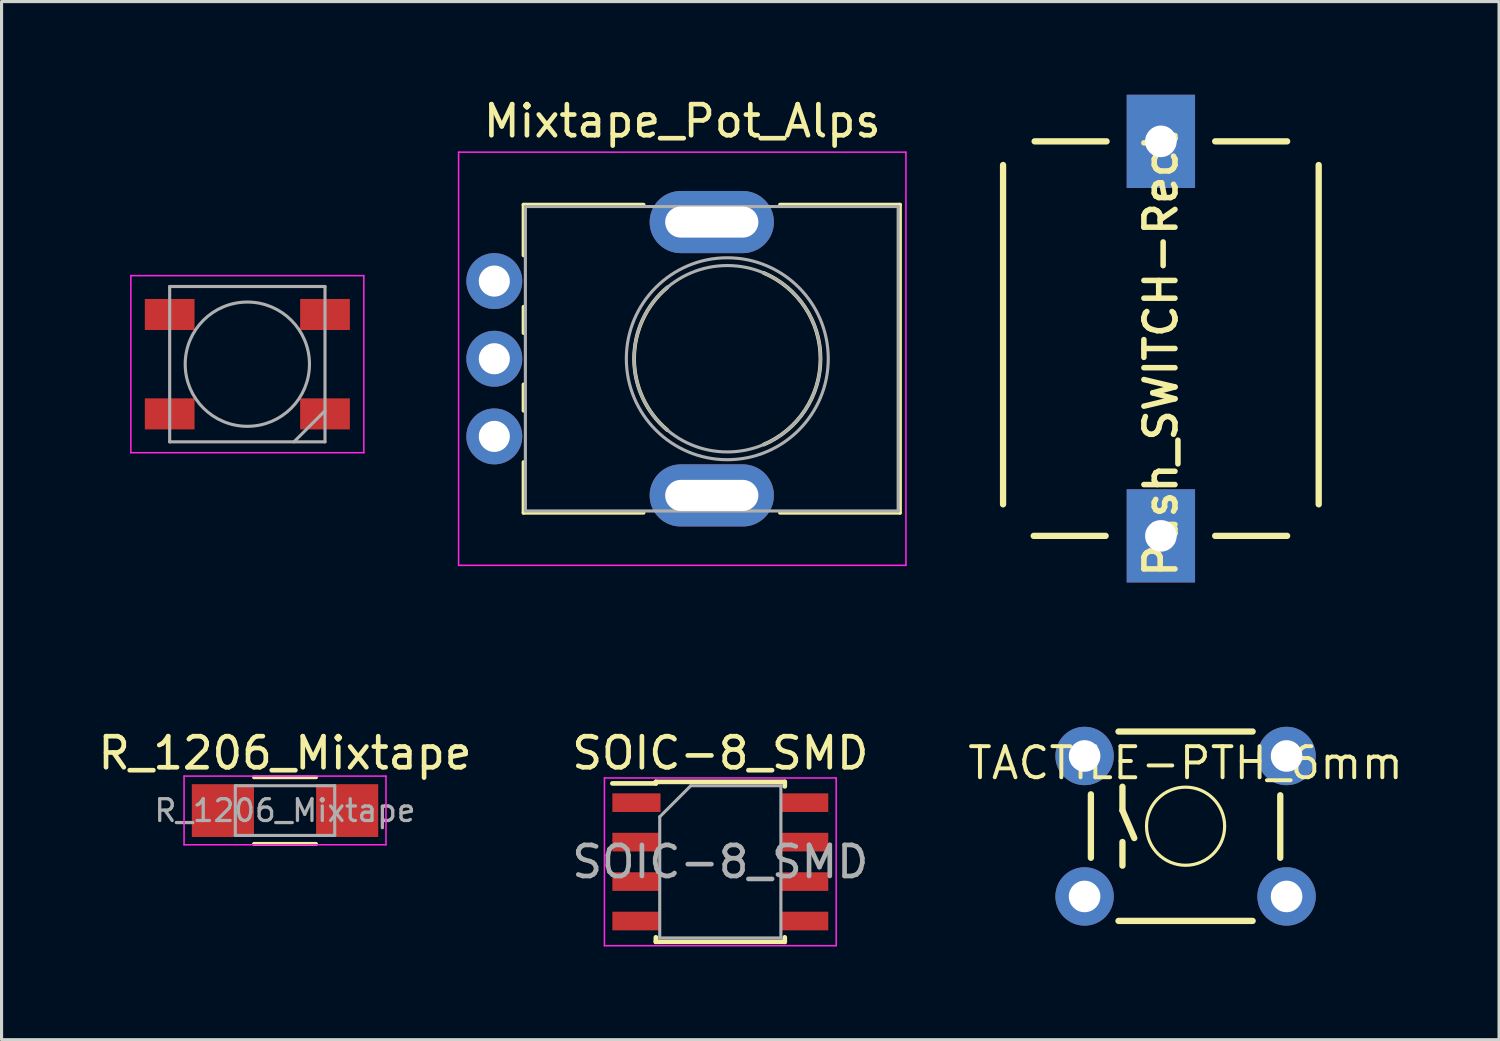
<source format=kicad_pcb>
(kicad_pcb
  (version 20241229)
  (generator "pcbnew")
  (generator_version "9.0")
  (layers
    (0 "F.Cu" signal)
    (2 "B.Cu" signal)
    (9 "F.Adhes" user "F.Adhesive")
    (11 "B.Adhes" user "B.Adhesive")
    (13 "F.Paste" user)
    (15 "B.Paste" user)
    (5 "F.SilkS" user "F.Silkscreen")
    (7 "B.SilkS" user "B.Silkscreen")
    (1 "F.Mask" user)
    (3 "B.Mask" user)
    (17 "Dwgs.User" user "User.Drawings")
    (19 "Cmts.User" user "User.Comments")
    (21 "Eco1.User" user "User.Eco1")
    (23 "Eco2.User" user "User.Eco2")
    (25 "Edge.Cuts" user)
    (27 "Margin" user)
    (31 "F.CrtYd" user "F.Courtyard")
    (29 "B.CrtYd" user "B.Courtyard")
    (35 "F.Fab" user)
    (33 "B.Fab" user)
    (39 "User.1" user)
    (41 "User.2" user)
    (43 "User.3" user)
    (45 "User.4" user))
  (footprint "Mixtape_Pot_Alps"
    (layer "F.Cu")
    (at 12.862 10.998)
    (property "Reference" "Mixtape_Pot_Alps" (at 6.05 -10.15 0) (layer "F.SilkS") (effects (font (size 1 1) (thickness 0.15))))
    (attr through_hole)
    (fp_line (start 0.94 -7.461) (end 0.94 -5.825) (stroke (width 0.12) (type solid)) (layer "F.SilkS"))
    (fp_line (start 0.94 -7.461) (end 4.806 -7.461) (stroke (width 0.12) (type solid)) (layer "F.SilkS"))
    (fp_line (start 0.94 -4.175) (end 0.94 -3.325) (stroke (width 0.12) (type solid)) (layer "F.SilkS"))
    (fp_line (start 0.94 -1.675) (end 0.94 -0.825) (stroke (width 0.12) (type solid)) (layer "F.SilkS"))
    (fp_line (start 0.94 0.825) (end 0.94 2.46) (stroke (width 0.12) (type solid)) (layer "F.SilkS"))
    (fp_line (start 0.94 2.46) (end 4.806 2.46) (stroke (width 0.12) (type solid)) (layer "F.SilkS"))
    (fp_line (start 9.195 -7.461) (end 13.06 -7.461) (stroke (width 0.12) (type solid)) (layer "F.SilkS"))
    (fp_line (start 9.195 2.46) (end 13.06 2.46) (stroke (width 0.12) (type solid)) (layer "F.SilkS"))
    (fp_line (start 13.06 -7.461) (end 13.06 2.46) (stroke (width 0.12) (type solid)) (layer "F.SilkS"))
    (fp_arc (start 5.571705 -0.202247) (mid 4.500335 -2.500192) (end 5.572 -4.798) (stroke (width 0.12) (type solid)) (layer "F.SilkS"))
    (fp_arc (start 8.671982 -5.262432) (mid 10.500762 -2.500553) (end 8.673 0.262) (stroke (width 0.12) (type solid)) (layer "F.SilkS"))
    (fp_line (start -1.15 -9.15) (end -1.15 4.15) (stroke (width 0.05) (type solid)) (layer "F.CrtYd"))
    (fp_line (start -1.15 4.15) (end 13.25 4.15) (stroke (width 0.05) (type solid)) (layer "F.CrtYd"))
    (fp_line (start 13.25 -9.15) (end -1.15 -9.15) (stroke (width 0.05) (type solid)) (layer "F.CrtYd"))
    (fp_line (start 13.25 4.15) (end 13.25 -9.15) (stroke (width 0.05) (type solid)) (layer "F.CrtYd"))
    (fp_line (start 1 -7.4) (end 1 2.4) (stroke (width 0.1) (type solid)) (layer "F.Fab"))
    (fp_line (start 1 2.4) (end 13 2.4) (stroke (width 0.1) (type solid)) (layer "F.Fab"))
    (fp_line (start 13 -7.4) (end 1 -7.4) (stroke (width 0.1) (type solid)) (layer "F.Fab"))
    (fp_line (start 13 2.4) (end 13 -7.4) (stroke (width 0.1) (type solid)) (layer "F.Fab"))
    (fp_circle (center 7.5 -2.5) (end 10.5 -2.5) (stroke (width 0.1) (type solid)) (fill no) (layer "F.Fab"))
    (fp_circle (center 7.5 -2.5) (end 10.75 -2.5) (stroke (width 0.1) (type solid)) (fill no) (layer "F.Fab"))
    (pad "" thru_hole oval (at 7 -6.9) (size 4 2) (drill oval 3 1) (layers "*.Cu" "*.Mask"))
    (pad "" thru_hole oval (at 7 1.9) (size 4 2) (drill oval 3 1) (layers "*.Cu" "*.Mask"))
    (pad "1" thru_hole circle (at 0 0) (size 1.8 1.8) (drill 1) (layers "*.Cu" "*.Mask"))
    (pad "2" thru_hole circle (at 0 -2.5) (size 1.8 1.8) (drill 1) (layers "*.Cu" "*.Mask"))
    (pad "3" thru_hole circle (at 0 -5) (size 1.8 1.8) (drill 1) (layers "*.Cu" "*.Mask")))
  (footprint "R_1206_Mixtape"
    (layer "F.Cu")
    (at 6.125 23.043)
    (property "Reference" "R_1206_Mixtape" (at 0 -1.85 0) (layer "F.SilkS") (effects (font (size 1 1) (thickness 0.15))))
    (attr smd)
    (fp_line (start -1 -1.07) (end 1 -1.07) (stroke (width 0.12) (type solid)) (layer "F.SilkS"))
    (fp_line (start 1 1.07) (end -1 1.07) (stroke (width 0.12) (type solid)) (layer "F.SilkS"))
    (fp_line (start -3.25 -1.11) (end -3.25 1.1) (stroke (width 0.05) (type solid)) (layer "F.CrtYd"))
    (fp_line (start -3.25 -1.11) (end 3.25 -1.11) (stroke (width 0.05) (type solid)) (layer "F.CrtYd"))
    (fp_line (start 3.25 1.1) (end -3.25 1.1) (stroke (width 0.05) (type solid)) (layer "F.CrtYd"))
    (fp_line (start 3.25 1.1) (end 3.25 -1.11) (stroke (width 0.05) (type solid)) (layer "F.CrtYd"))
    (fp_line (start -1.6 -0.8) (end 1.6 -0.8) (stroke (width 0.1) (type solid)) (layer "F.Fab"))
    (fp_line (start -1.6 0.8) (end -1.6 -0.8) (stroke (width 0.1) (type solid)) (layer "F.Fab"))
    (fp_line (start 1.6 -0.8) (end 1.6 0.8) (stroke (width 0.1) (type solid)) (layer "F.Fab"))
    (fp_line (start 1.6 0.8) (end -1.6 0.8) (stroke (width 0.1) (type solid)) (layer "F.Fab"))
    (fp_text user "${REFERENCE}" (at 0 0 0) (layer "F.Fab") (effects (font (size 0.7 0.7) (thickness 0.105))))
    (pad "1" smd rect (at -2 0) (size 2 1.7) (layers "F.Cu" "F.Mask" "F.Paste"))
    (pad "2" smd rect (at 2 0) (size 2 1.7) (layers "F.Cu" "F.Mask" "F.Paste")))
  (footprint "Push_SWITCH-Rect"
    (layer "F.Cu")
    (at 34.319 6.58)
    (property "Reference" "Push_SWITCH-Rect" (at 0 1.778 270) (layer "F.SilkS") (effects (font (size 1 1) (thickness 0.178))))
    (attr exclude_from_pos_files exclude_from_bom)
    (fp_line (start -5.08 -4.318) (end -5.08 6.604) (stroke (width 0.203) (type solid)) (layer "F.SilkS"))
    (fp_line (start -1.778 7.62) (end -4.094 7.62) (stroke (width 0.203) (type solid)) (layer "F.SilkS"))
    (fp_line (start -1.748 -5.08) (end -4.064 -5.08) (stroke (width 0.203) (type solid)) (layer "F.SilkS"))
    (fp_line (start 4.064 -5.08) (end 1.748 -5.08) (stroke (width 0.203) (type solid)) (layer "F.SilkS"))
    (fp_line (start 4.064 7.62) (end 1.748 7.62) (stroke (width 0.203) (type solid)) (layer "F.SilkS"))
    (fp_line (start 5.08 6.604) (end 5.08 -4.318) (stroke (width 0.203) (type solid)) (layer "F.SilkS"))
    (pad "1" thru_hole rect (at 0 -5.08) (size 2.2 3) (drill 1.016) (layers "*.Cu" "*.Mask"))
    (pad "2" thru_hole rect (at 0 7.62) (size 2.2 3) (drill 1.016) (layers "*.Cu" "*.Mask")))
  (footprint "SOIC-8_SMD"
    (layer "F.Cu")
    (at 20.137 24.693)
    (property "Reference" "SOIC-8_SMD" (at 0 -3.5 0) (layer "F.SilkS") (effects (font (size 1 1) (thickness 0.15))))
    (attr smd)
    (fp_line (start -2.075 -2.575) (end -2.075 -2.525) (stroke (width 0.15) (type solid)) (layer "F.SilkS"))
    (fp_line (start -2.075 -2.575) (end 2.075 -2.575) (stroke (width 0.15) (type solid)) (layer "F.SilkS"))
    (fp_line (start -2.075 -2.525) (end -3.475 -2.525) (stroke (width 0.15) (type solid)) (layer "F.SilkS"))
    (fp_line (start -2.075 2.575) (end -2.075 2.43) (stroke (width 0.15) (type solid)) (layer "F.SilkS"))
    (fp_line (start -2.075 2.575) (end 2.075 2.575) (stroke (width 0.15) (type solid)) (layer "F.SilkS"))
    (fp_line (start 2.075 -2.575) (end 2.075 -2.43) (stroke (width 0.15) (type solid)) (layer "F.SilkS"))
    (fp_line (start 2.075 2.575) (end 2.075 2.43) (stroke (width 0.15) (type solid)) (layer "F.SilkS"))
    (fp_line (start -3.73 -2.7) (end -3.73 2.7) (stroke (width 0.05) (type solid)) (layer "F.CrtYd"))
    (fp_line (start -3.73 -2.7) (end 3.73 -2.7) (stroke (width 0.05) (type solid)) (layer "F.CrtYd"))
    (fp_line (start -3.73 2.7) (end 3.73 2.7) (stroke (width 0.05) (type solid)) (layer "F.CrtYd"))
    (fp_line (start 3.73 -2.7) (end 3.73 2.7) (stroke (width 0.05) (type solid)) (layer "F.CrtYd"))
    (fp_line (start -1.95 -1.45) (end -0.95 -2.45) (stroke (width 0.1) (type solid)) (layer "F.Fab"))
    (fp_line (start -1.95 2.45) (end -1.95 -1.45) (stroke (width 0.1) (type solid)) (layer "F.Fab"))
    (fp_line (start -0.95 -2.45) (end 1.95 -2.45) (stroke (width 0.1) (type solid)) (layer "F.Fab"))
    (fp_line (start 1.95 -2.45) (end 1.95 2.45) (stroke (width 0.1) (type solid)) (layer "F.Fab"))
    (fp_line (start 1.95 2.45) (end -1.95 2.45) (stroke (width 0.1) (type solid)) (layer "F.Fab"))
    (fp_text user "${REFERENCE}" (at 0 0 0) (layer "F.Fab") (effects (font (size 1 1) (thickness 0.15))))
    (pad "1" smd rect (at -2.7 -1.905) (size 1.55 0.6) (layers "F.Cu" "F.Mask" "F.Paste"))
    (pad "2" smd rect (at -2.7 -0.635) (size 1.55 0.6) (layers "F.Cu" "F.Mask" "F.Paste"))
    (pad "3" smd rect (at -2.7 0.635) (size 1.55 0.6) (layers "F.Cu" "F.Mask" "F.Paste"))
    (pad "4" smd rect (at -2.7 1.905) (size 1.55 0.6) (layers "F.Cu" "F.Mask" "F.Paste"))
    (pad "5" smd rect (at 2.7 1.905) (size 1.55 0.6) (layers "F.Cu" "F.Mask" "F.Paste"))
    (pad "6" smd rect (at 2.7 0.635) (size 1.55 0.6) (layers "F.Cu" "F.Mask" "F.Paste"))
    (pad "7" smd rect (at 2.7 -0.635) (size 1.55 0.6) (layers "F.Cu" "F.Mask" "F.Paste"))
    (pad "8" smd rect (at 2.7 -1.905) (size 1.55 0.6) (layers "F.Cu" "F.Mask" "F.Paste")))
  (footprint "TACTILE-PTH_6mm"
    (layer "F.Cu")
    (at 35.114 23.546)
    (property "Reference" "TACTILE-PTH_6mm" (at 0 -2.032 0) (layer "F.SilkS") (effects (font (size 1 1) (thickness 0.127))))
    (attr exclude_from_pos_files exclude_from_bom)
    (fp_line (start -3.048 -1.026) (end -3.048 1.016) (stroke (width 0.203) (type solid)) (layer "F.SilkS"))
    (fp_line (start -2.159 3.048) (end 2.159 3.048) (stroke (width 0.203) (type solid)) (layer "F.SilkS"))
    (fp_line (start -2.032 -1.27) (end -2.032 -0.508) (stroke (width 0.203) (type solid)) (layer "F.SilkS"))
    (fp_line (start -2.032 -0.508) (end -1.651 0.381) (stroke (width 0.203) (type solid)) (layer "F.SilkS"))
    (fp_line (start -2.032 0.508) (end -2.032 1.27) (stroke (width 0.203) (type solid)) (layer "F.SilkS"))
    (fp_line (start 2.159 -3.048) (end -2.159 -3.048) (stroke (width 0.203) (type solid)) (layer "F.SilkS"))
    (fp_line (start 3.048 -0.996) (end 3.048 1.016) (stroke (width 0.203) (type solid)) (layer "F.SilkS"))
    (fp_circle (center 0 0) (end -0.889 0.889) (stroke (width 0.102) (type solid)) (fill no) (layer "F.SilkS"))
    (pad "1" thru_hole circle (at -3.251 -2.261) (size 1.88 1.88) (drill 1.016) (layers "*.Cu" "*.Mask"))
    (pad "1" thru_hole circle (at 3.251 -2.261) (size 1.88 1.88) (drill 1.016) (layers "*.Cu" "*.Mask"))
    (pad "2" thru_hole circle (at -3.251 2.261) (size 1.88 1.88) (drill 1.016) (layers "*.Cu" "*.Mask"))
    (pad "2" thru_hole circle (at 3.251 2.261) (size 1.88 1.88) (drill 1.016) (layers "*.Cu" "*.Mask")))
  (footprint "Mixtape_NEO_WS2812B"
    (layer "F.Cu")
    (at 4.912 8.673)
    (property "Reference" "Mixtape_NEO_WS2812B" (at -4.064 0 90) (layer "Eco2.User") (effects (font (size 1 1) (thickness 0.15))))
    (attr smd)
    (fp_line (start -3.75 -2.85) (end -3.75 2.85) (stroke (width 0.05) (type solid)) (layer "F.CrtYd"))
    (fp_line (start -3.75 2.85) (end 3.75 2.85) (stroke (width 0.05) (type solid)) (layer "F.CrtYd"))
    (fp_line (start 3.75 -2.85) (end -3.75 -2.85) (stroke (width 0.05) (type solid)) (layer "F.CrtYd"))
    (fp_line (start 3.75 2.85) (end 3.75 -2.85) (stroke (width 0.05) (type solid)) (layer "F.CrtYd"))
    (fp_line (start -2.5 -2.5) (end -2.5 2.5) (stroke (width 0.1) (type solid)) (layer "F.Fab"))
    (fp_line (start -2.5 2.5) (end 2.5 2.5) (stroke (width 0.1) (type solid)) (layer "F.Fab"))
    (fp_line (start 2.5 -2.5) (end -2.5 -2.5) (stroke (width 0.1) (type solid)) (layer "F.Fab"))
    (fp_line (start 2.5 1.5) (end 1.5 2.5) (stroke (width 0.1) (type solid)) (layer "F.Fab"))
    (fp_line (start 2.5 2.5) (end 2.5 -2.5) (stroke (width 0.1) (type solid)) (layer "F.Fab"))
    (fp_circle (center 0 0) (end 0 -2) (stroke (width 0.1) (type solid)) (fill no) (layer "F.Fab"))
    (pad "1" smd rect (at -2.5 -1.6) (size 1.6 1) (layers "F.Cu" "F.Mask" "F.Paste"))
    (pad "2" smd rect (at -2.5 1.6) (size 1.6 1) (layers "F.Cu" "F.Mask" "F.Paste"))
    (pad "3" smd rect (at 2.5 1.6) (size 1.6 1) (layers "F.Cu" "F.Mask" "F.Paste"))
    (pad "4" smd rect (at 2.5 -1.6) (size 1.6 1) (layers "F.Cu" "F.Mask" "F.Paste")))
  (gr_rect
    (start -3 -3)
    (end 45.205 30.418)
    (stroke (width 0.1) (type default))
    (fill no)
    (layer "Edge.Cuts")))
</source>
